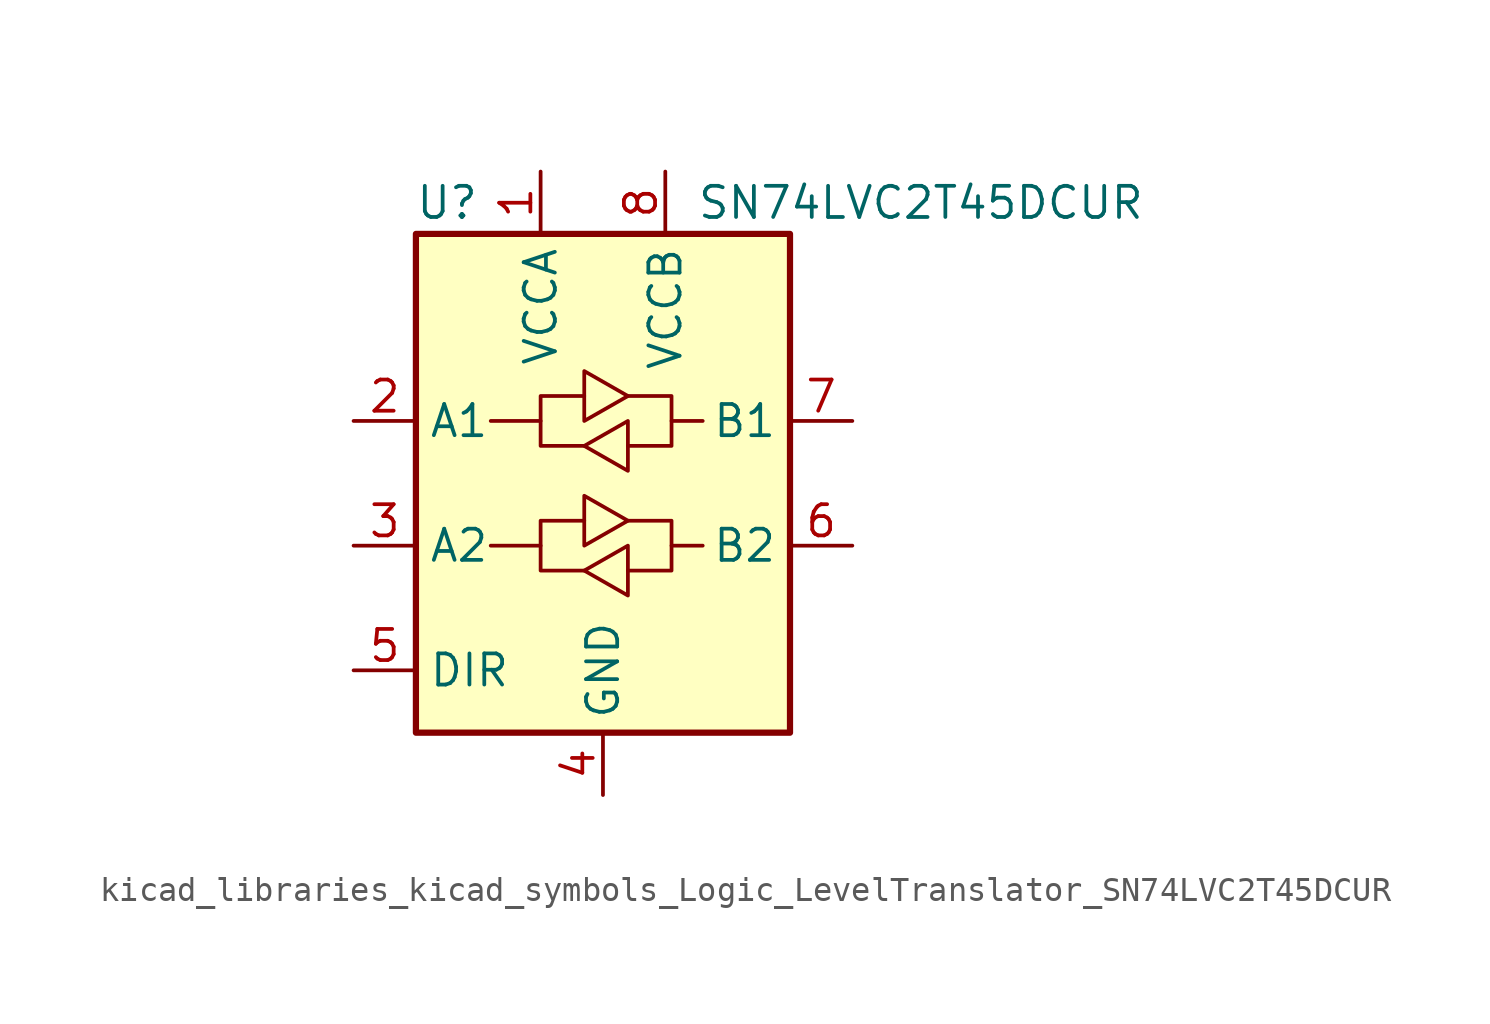
<source format=kicad_sym>
(kicad_symbol_lib
  (version 20220914)
  (generator kicad_symbol_editor)
  (symbol "kicad_libraries_kicad_symbols_Logic_LevelTranslator_SN74LVC2T45DCUR"
    (property "Reference" "U"
      (at -6.35 11.43 0)
      (effects (font (size 1.27 1.27))))
    (property "Value" "SN74LVC2T45DCUR"
      (at 3.81 11.43 0)
      (effects (font (size 1.27 1.27)) (justify left)))
    (symbol "kicad_libraries_kicad_symbols_Logic_LevelTranslator_SN74LVC2T45DCUR_0_1"
      (rectangle (start -7.62 10.16) (end 7.62 -10.16) (stroke (width 0.254) (type default)) (fill (type background)))
      (polyline (pts (xy -2.54 2.54) (xy -2.54 3.556) (xy -0.762 3.556)) (stroke (width 0) (type default)) (fill (type none)))
      (polyline (pts (xy 2.794 2.54) (xy 2.794 1.524) (xy 1.016 1.524)) (stroke (width 0) (type default)) (fill (type none)))
      (polyline (pts (xy -0.762 1.524) (xy -2.54 1.524) (xy -2.54 2.54) (xy -4.572 2.54)) (stroke (width 0) (type default)) (fill (type none)))
      (polyline (pts (xy -0.762 2.54) (xy -0.762 4.572) (xy 1.016 3.556) (xy -0.762 2.54)) (stroke (width 0) (type default)) (fill (type none)))
      (polyline (pts (xy 1.016 3.556) (xy 2.794 3.556) (xy 2.794 2.54) (xy 4.064 2.54)) (stroke (width 0) (type default)) (fill (type none)))
      (polyline (pts (xy 1.016 2.54) (xy 1.016 0.762) (xy 1.016 0.508) (xy -0.762 1.524) (xy 1.016 2.54)) (stroke (width 0) (type default)) (fill (type none))))
    (symbol "kicad_libraries_kicad_symbols_Logic_LevelTranslator_SN74LVC2T45DCUR_1_1"
      (polyline (pts (xy -2.54 -2.54) (xy -2.54 -1.524) (xy -0.762 -1.524)) (stroke (width 0) (type default)) (fill (type none)))
      (polyline (pts (xy 2.794 -2.54) (xy 2.794 -3.556) (xy 1.016 -3.556)) (stroke (width 0) (type default)) (fill (type none)))
      (polyline (pts (xy -0.762 -3.556) (xy -2.54 -3.556) (xy -2.54 -2.54) (xy -4.572 -2.54)) (stroke (width 0) (type default)) (fill (type none)))
      (polyline (pts (xy -0.762 -2.54) (xy -0.762 -0.508) (xy 1.016 -1.524) (xy -0.762 -2.54)) (stroke (width 0) (type default)) (fill (type none)))
      (polyline (pts (xy 1.016 -1.524) (xy 2.794 -1.524) (xy 2.794 -2.54) (xy 4.064 -2.54)) (stroke (width 0) (type default)) (fill (type none)))
      (polyline (pts (xy 1.016 -2.54) (xy 1.016 -4.318) (xy 1.016 -4.572) (xy -0.762 -3.556) (xy 1.016 -2.54)) (stroke (width 0) (type default)) (fill (type none)))
      (pin power_in line (at -2.54 12.7 270) (length 2.54) (name "VCCA" (effects (font (size 1.27 1.27)))) (number "1" (effects (font (size 1.27 1.27)))))
      (pin bidirectional line (at -10.16 2.54 0) (length 2.54) (name "A1" (effects (font (size 1.27 1.27)))) (number "2" (effects (font (size 1.27 1.27)))))
      (pin bidirectional line (at -10.16 -2.54 0) (length 2.54) (name "A2" (effects (font (size 1.27 1.27)))) (number "3" (effects (font (size 1.27 1.27)))))
      (pin power_in line (at 0 -12.7 90) (length 2.54) (name "GND" (effects (font (size 1.27 1.27)))) (number "4" (effects (font (size 1.27 1.27)))))
      (pin input line (at -10.16 -7.62 0) (length 2.54) (name "DIR" (effects (font (size 1.27 1.27)))) (number "5" (effects (font (size 1.27 1.27)))))
      (pin bidirectional line (at 10.16 -2.54 180) (length 2.54) (name "B2" (effects (font (size 1.27 1.27)))) (number "6" (effects (font (size 1.27 1.27)))))
      (pin bidirectional line (at 10.16 2.54 180) (length 2.54) (name "B1" (effects (font (size 1.27 1.27)))) (number "7" (effects (font (size 1.27 1.27)))))
      (pin power_in line (at 2.54 12.7 270) (length 2.54) (name "VCCB" (effects (font (size 1.27 1.27)))) (number "8" (effects (font (size 1.27 1.27))))))))
</source>
